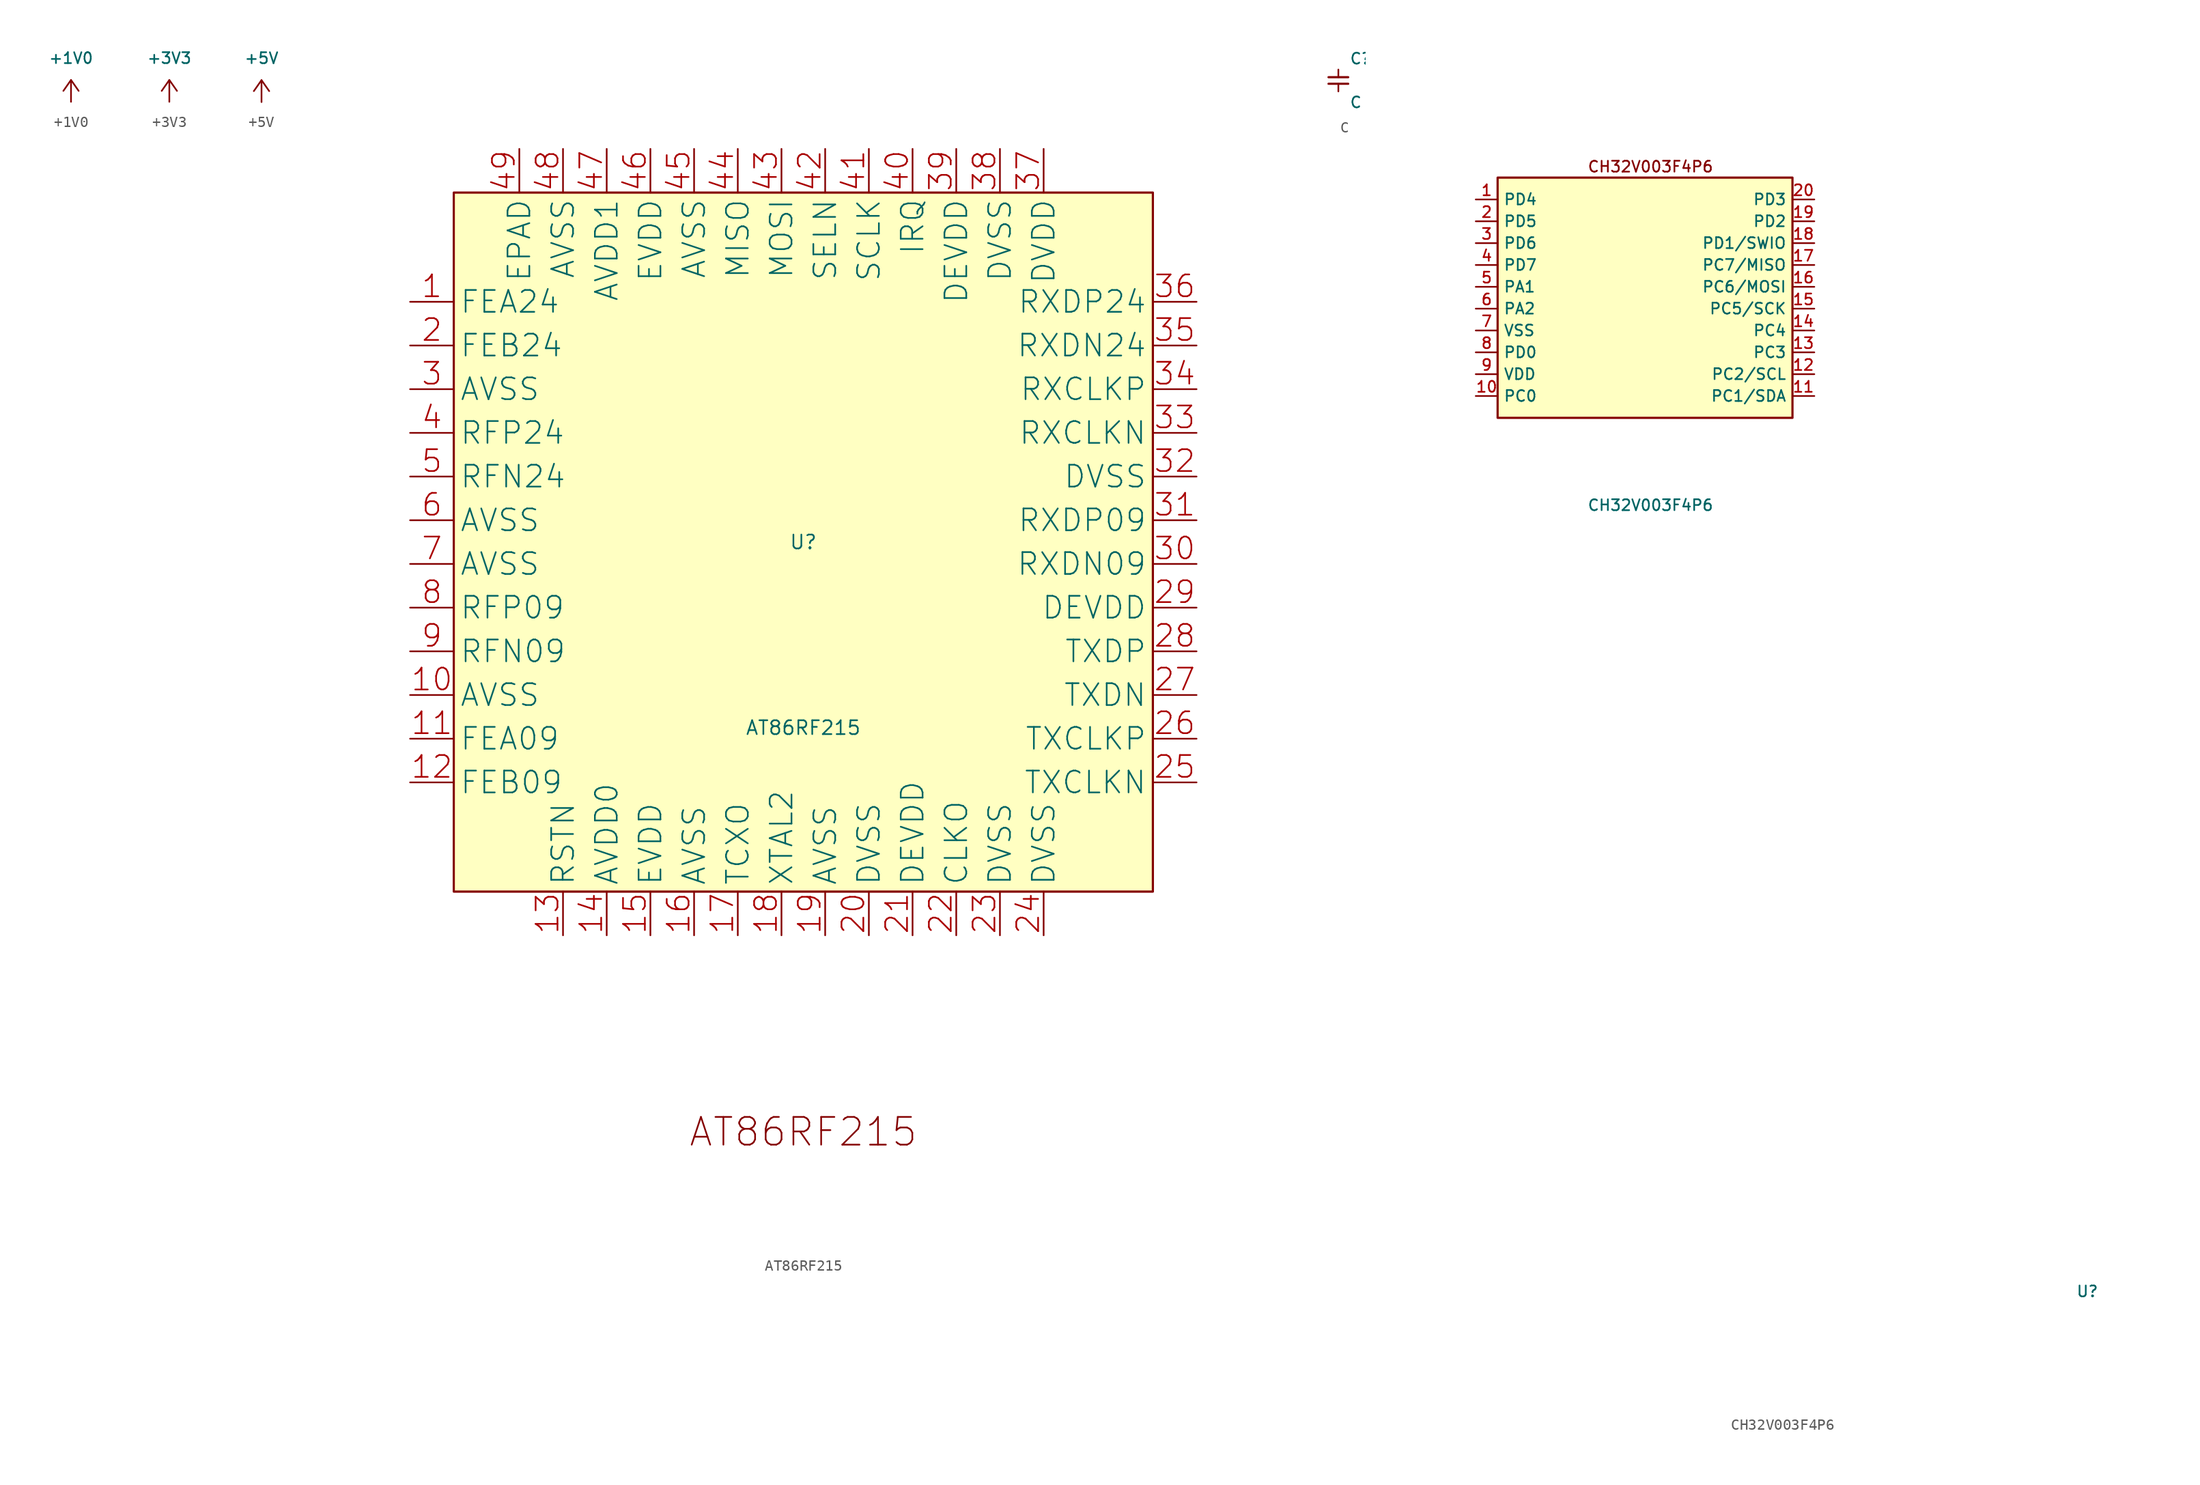
<source format=kicad_sym>
(kicad_symbol_lib
  (version 20231120)
  (generator "kicad_symbol_editor")
  (generator_version "8.0")
  (symbol "+1V0"
    (power)
    (pin_names
      (offset 0))
    (property "Reference" "#PWR"
      (at 0 -2 0)
      (effects (font (size 1 1)) (hide yes)))
    (property "Value" "+1V0"
      (at 0 4 0)
      (effects (font (size 1 1))))
    (symbol "+1V0_0_1"
      (polyline (pts (xy 0 0) (xy 0 2)) (stroke (width 0) (type default)) (fill (type none)))
      (polyline (pts (xy -0.7 1) (xy 0 2) (xy 0.7 1)) (stroke (width 0) (type default)) (fill (type none))))
    (symbol "+1V0_1_1"
      (pin power_in line (at 0 0 90) (length 0) hide (name "+1V0" (effects (font (size 1 1)))) (number "1" (effects (font (size 1 1)))))))
  (symbol "+3V3"
    (power)
    (pin_names
      (offset 0))
    (property "Reference" "#PWR"
      (at 0 -2 0)
      (effects (font (size 1 1)) (hide yes)))
    (property "Value" "+3V3"
      (at 0 4 0)
      (effects (font (size 1 1))))
    (symbol "+3V3_0_1"
      (polyline (pts (xy 0 0) (xy 0 2)) (stroke (width 0) (type default)) (fill (type none)))
      (polyline (pts (xy -0.7 1) (xy 0 2) (xy 0.7 1)) (stroke (width 0) (type default)) (fill (type none))))
    (symbol "+3V3_1_1"
      (pin power_in line (at 0 0 90) (length 0) hide (name "+3V3" (effects (font (size 1 1)))) (number "1" (effects (font (size 1 1)))))))
  (symbol "+5V"
    (power)
    (pin_names
      (offset 0))
    (property "Reference" "#PWR"
      (at 0 -2 0)
      (effects (font (size 1 1)) (hide yes)))
    (property "Value" "+5V"
      (at 0 4 0)
      (effects (font (size 1 1))))
    (symbol "+5V_0_1"
      (polyline (pts (xy 0 0) (xy 0 2)) (stroke (width 0) (type default)) (fill (type none)))
      (polyline (pts (xy -0.7 1) (xy 0 2) (xy 0.7 1)) (stroke (width 0) (type default)) (fill (type none))))
    (symbol "+5V_1_1"
      (pin power_in line (at 0 0 90) (length 0) hide (name "+5V" (effects (font (size 1 1)))) (number "1" (effects (font (size 1 1)))))))
  (symbol "AT86RF215"
    (property "Reference" "U"
      (at 2 -2 0)
      (effects (font (size 1.27 1.27))))
    (property "Value" "AT86RF215"
      (at 2 -19 0)
      (effects (font (size 1.27 1.27))))
    (symbol "AT86RF215_0_0"
      (text "AT86RF215" (at 2 -56 0) (effects (font (size 2.54 2.54)))))
    (symbol "AT86RF215_1_1"
      (rectangle (start -30 30) (end 34 -34) (stroke (width 0.2) (type default)) (fill (type background)))
      (pin bidirectional line (at -34 20 0) (length 4) (name "FEA24" (effects (font (size 2 2)))) (number "1" (effects (font (size 2 2)))))
      (pin bidirectional line (at -34 -16 0) (length 4) (name "AVSS" (effects (font (size 2 2)))) (number "10" (effects (font (size 2 2)))))
      (pin bidirectional line (at -34 -20 0) (length 4) (name "FEA09" (effects (font (size 2 2)))) (number "11" (effects (font (size 2 2)))))
      (pin bidirectional line (at -34 -24 0) (length 4) (name "FEB09" (effects (font (size 2 2)))) (number "12" (effects (font (size 2 2)))))
      (pin bidirectional line (at -20 -38 90) (length 4) (name "RSTN" (effects (font (size 2 2)))) (number "13" (effects (font (size 2 2)))))
      (pin bidirectional line (at -16 -38 90) (length 4) (name "AVDD0" (effects (font (size 2 2)))) (number "14" (effects (font (size 2 2)))))
      (pin bidirectional line (at -12 -38 90) (length 4) (name "EVDD" (effects (font (size 2 2)))) (number "15" (effects (font (size 2 2)))))
      (pin bidirectional line (at -8 -38 90) (length 4) (name "AVSS" (effects (font (size 2 2)))) (number "16" (effects (font (size 2 2)))))
      (pin bidirectional line (at -4 -38 90) (length 4) (name "TCXO" (effects (font (size 2 2)))) (number "17" (effects (font (size 2 2)))))
      (pin bidirectional line (at 0 -38 90) (length 4) (name "XTAL2" (effects (font (size 2 2)))) (number "18" (effects (font (size 2 2)))))
      (pin bidirectional line (at 4 -38 90) (length 4) (name "AVSS" (effects (font (size 2 2)))) (number "19" (effects (font (size 2 2)))))
      (pin power_in line (at -34 16 0) (length 4) (name "FEB24" (effects (font (size 2 2)))) (number "2" (effects (font (size 2 2)))))
      (pin power_in line (at 8 -38 90) (length 4) (name "DVSS" (effects (font (size 2 2)))) (number "20" (effects (font (size 2 2)))))
      (pin bidirectional line (at 12 -38 90) (length 4) (name "DEVDD" (effects (font (size 2 2)))) (number "21" (effects (font (size 2 2)))))
      (pin bidirectional line (at 16 -38 90) (length 4) (name "CLKO" (effects (font (size 2 2)))) (number "22" (effects (font (size 2 2)))))
      (pin bidirectional line (at 20 -38 90) (length 4) (name "DVSS" (effects (font (size 2 2)))) (number "23" (effects (font (size 2 2)))))
      (pin bidirectional line (at 24 -38 90) (length 4) (name "DVSS" (effects (font (size 2 2)))) (number "24" (effects (font (size 2 2)))))
      (pin input line (at 38 -24 180) (length 4) (name "TXCLKN" (effects (font (size 2 2)))) (number "25" (effects (font (size 2 2)))))
      (pin input line (at 38 -20 180) (length 4) (name "TXCLKP" (effects (font (size 2 2)))) (number "26" (effects (font (size 2 2)))))
      (pin input line (at 38 -16 180) (length 4) (name "TXDN" (effects (font (size 2 2)))) (number "27" (effects (font (size 2 2)))))
      (pin input line (at 38 -12 180) (length 4) (name "TXDP" (effects (font (size 2 2)))) (number "28" (effects (font (size 2 2)))))
      (pin power_in line (at 38 -8 180) (length 4) (name "DEVDD" (effects (font (size 2 2)))) (number "29" (effects (font (size 2 2)))))
      (pin passive line (at -34 12 0) (length 4) (name "AVSS" (effects (font (size 2 2)))) (number "3" (effects (font (size 2 2)))))
      (pin output line (at 38 -4 180) (length 4) (name "RXDN09" (effects (font (size 2 2)))) (number "30" (effects (font (size 2 2)))))
      (pin output line (at 38 0 180) (length 4) (name "RXDP09" (effects (font (size 2 2)))) (number "31" (effects (font (size 2 2)))))
      (pin power_in line (at 38 4 180) (length 4) (name "DVSS" (effects (font (size 2 2)))) (number "32" (effects (font (size 2 2)))))
      (pin output line (at 38 8 180) (length 4) (name "RXCLKN" (effects (font (size 2 2)))) (number "33" (effects (font (size 2 2)))))
      (pin output line (at 38 12 180) (length 4) (name "RXCLKP" (effects (font (size 2 2)))) (number "34" (effects (font (size 2 2)))))
      (pin output line (at 38 16 180) (length 4) (name "RXDN24" (effects (font (size 2 2)))) (number "35" (effects (font (size 2 2)))))
      (pin output line (at 38 20 180) (length 4) (name "RXDP24" (effects (font (size 2 2)))) (number "36" (effects (font (size 2 2)))))
      (pin power_in line (at 24 34 270) (length 4) (name "DVDD" (effects (font (size 2 2)))) (number "37" (effects (font (size 2 2)))))
      (pin power_in line (at 20 34 270) (length 4) (name "DVSS" (effects (font (size 2 2)))) (number "38" (effects (font (size 2 2)))))
      (pin power_in line (at 16 34 270) (length 4) (name "DEVDD" (effects (font (size 2 2)))) (number "39" (effects (font (size 2 2)))))
      (pin input line (at -34 8 0) (length 4) (name "RFP24" (effects (font (size 2 2)))) (number "4" (effects (font (size 2 2)))))
      (pin output line (at 12 34 270) (length 4) (name "IRQ" (effects (font (size 2 2)))) (number "40" (effects (font (size 2 2)))))
      (pin input line (at 8 34 270) (length 4) (name "SCLK" (effects (font (size 2 2)))) (number "41" (effects (font (size 2 2)))))
      (pin input line (at 4 34 270) (length 4) (name "SELN" (effects (font (size 2 2)))) (number "42" (effects (font (size 2 2)))))
      (pin input line (at 0 34 270) (length 4) (name "MOSI" (effects (font (size 2 2)))) (number "43" (effects (font (size 2 2)))))
      (pin output line (at -4 34 270) (length 4) (name "MISO" (effects (font (size 2 2)))) (number "44" (effects (font (size 2 2)))))
      (pin power_in line (at -8 34 270) (length 4) (name "AVSS" (effects (font (size 2 2)))) (number "45" (effects (font (size 2 2)))))
      (pin power_in line (at -12 34 270) (length 4) (name "EVDD" (effects (font (size 2 2)))) (number "46" (effects (font (size 2 2)))))
      (pin power_in line (at -16 34 270) (length 4) (name "AVDD1" (effects (font (size 2 2)))) (number "47" (effects (font (size 2 2)))))
      (pin power_in line (at -20 34 270) (length 4) (name "AVSS" (effects (font (size 2 2)))) (number "48" (effects (font (size 2 2)))))
      (pin power_in line (at -24 34 270) (length 4) (name "EPAD" (effects (font (size 2 2)))) (number "49" (effects (font (size 2 2)))))
      (pin power_in line (at -34 4 0) (length 4) (name "RFN24" (effects (font (size 2 2)))) (number "5" (effects (font (size 2 2)))))
      (pin bidirectional line (at -34 0 0) (length 4) (name "AVSS" (effects (font (size 2 2)))) (number "6" (effects (font (size 2 2)))))
      (pin bidirectional line (at -34 -4 0) (length 4) (name "AVSS" (effects (font (size 2 2)))) (number "7" (effects (font (size 2 2)))))
      (pin bidirectional line (at -34 -8 0) (length 4) (name "RFP09" (effects (font (size 2 2)))) (number "8" (effects (font (size 2 2)))))
      (pin bidirectional line (at -34 -12 0) (length 4) (name "RFN09" (effects (font (size 2 2)))) (number "9" (effects (font (size 2 2)))))))
  (symbol "C"
    (pin_numbers hide)
    (pin_names
      (offset 0.254))
    (property "Reference" "C"
      (at 1 2 0)
      (effects (font (size 1 1)) (justify left)))
    (property "Value" "C"
      (at 1 -2 0)
      (effects (font (size 1 1)) (justify left)))
    (symbol "C_1_1"
      (polyline (pts (xy -0.9 -0.3) (xy 0.9 -0.3)) (stroke (width 0.2) (type default)) (fill (type none)))
      (polyline (pts (xy -0.9 0.3) (xy 0.9 0.3)) (stroke (width 0.2) (type default)) (fill (type none)))
      (pin passive line (at 0 1 270) (length 0.7) (name "~" (effects (font (size 1 1)))) (number "1" (effects (font (size 1 1)))))
      (pin passive line (at 0 -1 90) (length 0.7) (name "~" (effects (font (size 1 1)))) (number "2" (effects (font (size 1 1)))))))
  (symbol "CH32V003F4P6"
    (property "Reference" "U"
      (at 44 -94 0)
      (effects (font (size 1 1))))
    (property "Value" "CH32V003F4P6"
      (at 4 -22 0)
      (effects (font (size 1 1))))
    (symbol "CH32V003F4P6_1_0"
      (text "CH32V003F4P6" (at 4 9 0) (effects (font (size 1 1)))))
    (symbol "CH32V003F4P6_1_1"
      (rectangle (start -10 8) (end 17 -14) (stroke (width 0.2) (type default)) (fill (type background)))
      (pin bidirectional line (at -12 6 0) (length 2) (name "PD4" (effects (font (size 1 1)))) (number "1" (effects (font (size 1 1)))))
      (pin bidirectional line (at -12 -12 0) (length 2) (name "PC0" (effects (font (size 1 1)))) (number "10" (effects (font (size 1 1)))))
      (pin bidirectional line (at 19 -12 180) (length 2) (name "PC1/SDA" (effects (font (size 1 1)))) (number "11" (effects (font (size 1 1)))))
      (pin bidirectional line (at 19 -10 180) (length 2) (name "PC2/SCL" (effects (font (size 1 1)))) (number "12" (effects (font (size 1 1)))))
      (pin bidirectional line (at 19 -8 180) (length 2) (name "PC3" (effects (font (size 1 1)))) (number "13" (effects (font (size 1 1)))))
      (pin bidirectional line (at 19 -6 180) (length 2) (name "PC4" (effects (font (size 1 1)))) (number "14" (effects (font (size 1 1)))))
      (pin bidirectional line (at 19 -4 180) (length 2) (name "PC5/SCK" (effects (font (size 1 1)))) (number "15" (effects (font (size 1 1)))))
      (pin bidirectional line (at 19 -2 180) (length 2) (name "PC6/MOSI" (effects (font (size 1 1)))) (number "16" (effects (font (size 1 1)))))
      (pin bidirectional line (at 19 0 180) (length 2) (name "PC7/MISO" (effects (font (size 1 1)))) (number "17" (effects (font (size 1 1)))))
      (pin bidirectional line (at 19 2 180) (length 2) (name "PD1/SWIO" (effects (font (size 1 1)))) (number "18" (effects (font (size 1 1)))))
      (pin bidirectional line (at 19 4 180) (length 2) (name "PD2" (effects (font (size 1 1)))) (number "19" (effects (font (size 1 1)))))
      (pin bidirectional line (at -12 4 0) (length 2) (name "PD5" (effects (font (size 1 1)))) (number "2" (effects (font (size 1 1)))))
      (pin bidirectional line (at 19 6 180) (length 2) (name "PD3" (effects (font (size 1 1)))) (number "20" (effects (font (size 1 1)))))
      (pin bidirectional line (at -12 2 0) (length 2) (name "PD6" (effects (font (size 1 1)))) (number "3" (effects (font (size 1 1)))))
      (pin bidirectional line (at -12 0 0) (length 2) (name "PD7" (effects (font (size 1 1)))) (number "4" (effects (font (size 1 1)))))
      (pin bidirectional line (at -12 -2 0) (length 2) (name "PA1" (effects (font (size 1 1)))) (number "5" (effects (font (size 1 1)))))
      (pin bidirectional line (at -12 -4 0) (length 2) (name "PA2" (effects (font (size 1 1)))) (number "6" (effects (font (size 1 1)))))
      (pin power_in line (at -12 -6 0) (length 2) (name "VSS" (effects (font (size 1 1)))) (number "7" (effects (font (size 1 1)))))
      (pin bidirectional line (at -12 -8 0) (length 2) (name "PD0" (effects (font (size 1 1)))) (number "8" (effects (font (size 1 1)))))
      (pin power_in line (at -12 -10 0) (length 2) (name "VDD" (effects (font (size 1 1)))) (number "9" (effects (font (size 1 1))))))))
</source>
